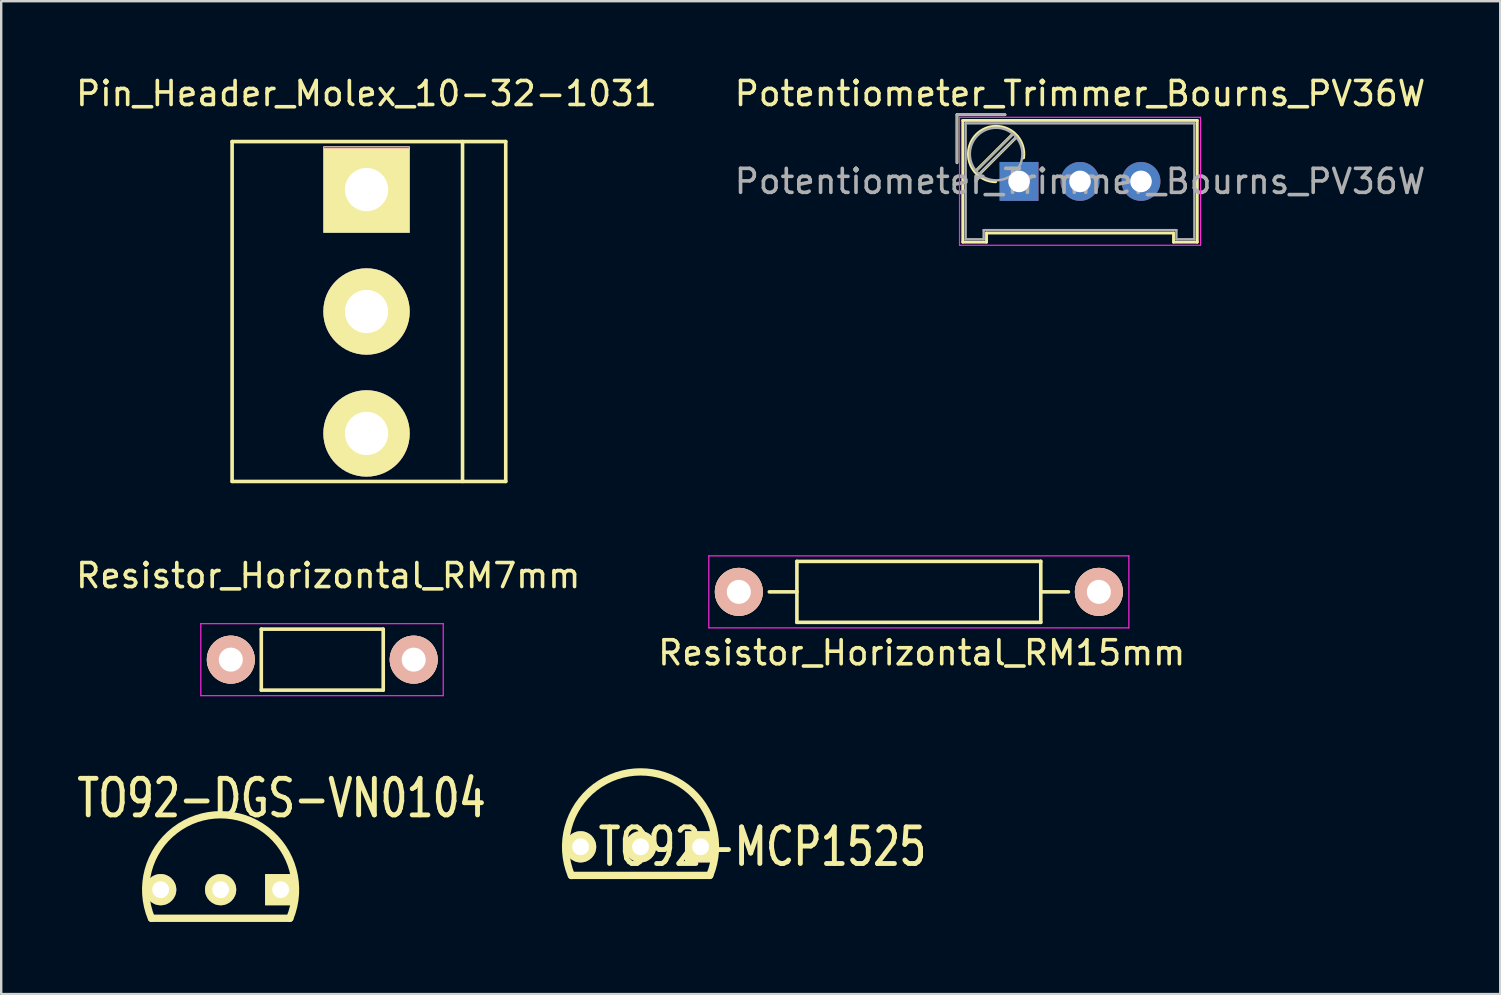
<source format=kicad_pcb>
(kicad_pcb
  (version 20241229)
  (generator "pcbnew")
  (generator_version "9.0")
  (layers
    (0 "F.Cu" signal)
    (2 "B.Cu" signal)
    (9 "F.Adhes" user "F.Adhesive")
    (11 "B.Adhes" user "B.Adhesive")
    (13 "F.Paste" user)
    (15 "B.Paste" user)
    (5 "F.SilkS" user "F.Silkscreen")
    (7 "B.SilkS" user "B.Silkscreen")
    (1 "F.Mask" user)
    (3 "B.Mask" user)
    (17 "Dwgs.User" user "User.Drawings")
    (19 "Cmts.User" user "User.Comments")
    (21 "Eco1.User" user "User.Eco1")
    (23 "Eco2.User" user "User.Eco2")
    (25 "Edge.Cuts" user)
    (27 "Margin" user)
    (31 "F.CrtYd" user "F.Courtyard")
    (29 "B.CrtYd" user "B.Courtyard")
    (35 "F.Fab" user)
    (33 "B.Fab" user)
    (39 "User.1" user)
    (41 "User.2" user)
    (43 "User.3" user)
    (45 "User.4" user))
  (footprint "TO92-DGS-VN0104"
    (layer "F.Cu")
    (at 6.141 34.015)
    (property "Reference" "TO92-DGS-VN0104" (at 2.54 -3.81 0) (layer "F.SilkS") (effects (font (size 1.524 1.143) (thickness 0.203))))
    (attr through_hole)
    (fp_line (start 2.883 1.191) (end -2.878 1.191) (stroke (width 0.305) (type solid)) (layer "F.SilkS"))
    (fp_arc (start -2.8829 1.19634) (mid -0.002036 -3.121272) (end 2.884458 1.192578) (stroke (width 0.3048) (type solid)) (layer "F.SilkS"))
    (pad "1" thru_hole rect (at 2.502 0) (size 1.3 1.3) (drill 0.701) (layers "*.Cu" "*.Mask" "F.SilkS"))
    (pad "2" thru_hole circle (at 0 0) (size 1.3 1.3) (drill 0.701) (layers "*.Cu" "*.Mask" "F.SilkS"))
    (pad "3" thru_hole circle (at -2.497 0) (size 1.3 1.3) (drill 0.701) (layers "*.Cu" "*.Mask" "F.SilkS")))
  (footprint "Resistor_Horizontal_RM15mm"
    (layer "F.Cu")
    (at 27.731 21.608)
    (property "Reference" "Resistor_Horizontal_RM15mm" (at 7.62 2.54 0) (layer "F.SilkS") (effects (font (size 1 1) (thickness 0.15))))
    (attr through_hole)
    (fp_line (start 1.27 0) (end 2.42 0) (stroke (width 0.15) (type solid)) (layer "F.SilkS"))
    (fp_line (start 2.42 -1.27) (end 2.42 1.27) (stroke (width 0.15) (type solid)) (layer "F.SilkS"))
    (fp_line (start 2.42 1.27) (end 12.58 1.27) (stroke (width 0.15) (type solid)) (layer "F.SilkS"))
    (fp_line (start 12.58 -1.27) (end 2.42 -1.27) (stroke (width 0.15) (type solid)) (layer "F.SilkS"))
    (fp_line (start 12.58 1.27) (end 12.58 -1.27) (stroke (width 0.15) (type solid)) (layer "F.SilkS"))
    (fp_line (start 13.73 0) (end 12.58 0) (stroke (width 0.15) (type solid)) (layer "F.SilkS"))
    (fp_line (start -1.25 -1.5) (end 16.25 -1.5) (stroke (width 0.05) (type solid)) (layer "F.CrtYd"))
    (fp_line (start -1.25 1.5) (end -1.25 -1.5) (stroke (width 0.05) (type solid)) (layer "F.CrtYd"))
    (fp_line (start 16.25 -1.5) (end 16.25 1.5) (stroke (width 0.05) (type solid)) (layer "F.CrtYd"))
    (fp_line (start 16.25 1.5) (end -1.25 1.5) (stroke (width 0.05) (type solid)) (layer "F.CrtYd"))
    (pad "1" thru_hole circle (at 0 0) (size 1.999 1.999) (drill 1.001) (layers "*.Cu" "*.SilkS" "*.Mask"))
    (pad "2" thru_hole circle (at 15 0) (size 1.999 1.999) (drill 1.001) (layers "*.Cu" "*.SilkS" "*.Mask")))
  (footprint "TO92-MCP1525"
    (layer "F.Cu")
    (at 23.636 32.23)
    (property "Reference" "TO92-MCP1525" (at 5.08 0 0) (layer "F.SilkS") (effects (font (size 1.524 1.143) (thickness 0.203))))
    (attr through_hole)
    (fp_line (start 2.883 1.191) (end -2.878 1.191) (stroke (width 0.305) (type solid)) (layer "F.SilkS"))
    (fp_arc (start -2.8829 1.19634) (mid -0.002036 -3.121272) (end 2.884458 1.192578) (stroke (width 0.3048) (type solid)) (layer "F.SilkS"))
    (pad "1" thru_hole rect (at 2.502 0) (size 1.3 1.3) (drill 0.701) (layers "*.Cu" "*.Mask" "F.SilkS"))
    (pad "2" thru_hole circle (at 0 0) (size 1.3 1.3) (drill 0.701) (layers "*.Cu" "*.Mask" "F.SilkS"))
    (pad "3" thru_hole circle (at -2.497 0) (size 1.3 1.3) (drill 0.701) (layers "*.Cu" "*.Mask" "F.SilkS")))
  (footprint "Potentiometer_Trimmer_Bourns_PV36W"
    (layer "F.Cu")
    (at 39.406 4.508)
    (property "Reference" "Potentiometer_Trimmer_Bourns_PV36W" (at 2.54 -3.66 0) (layer "F.SilkS") (effects (font (size 1 1) (thickness 0.15))))
    (attr through_hole)
    (fp_line (start -2.585 -2.78) (end -0.585 -2.78) (stroke (width 0.12) (type solid)) (layer "F.SilkS"))
    (fp_line (start -2.585 -0.78) (end -2.585 -2.78) (stroke (width 0.12) (type solid)) (layer "F.SilkS"))
    (fp_line (start -2.345 -2.54) (end -2.345 2.53) (stroke (width 0.12) (type solid)) (layer "F.SilkS"))
    (fp_line (start -2.345 2.53) (end -1.355 2.53) (stroke (width 0.12) (type solid)) (layer "F.SilkS"))
    (fp_line (start -1.831 -0.406) (end -0.22 -2.016) (stroke (width 0.12) (type solid)) (layer "F.SilkS"))
    (fp_line (start -1.691 -0.265) (end -0.998 -0.957) (stroke (width 0.12) (type solid)) (layer "F.SilkS"))
    (fp_line (start -1.355 2.15) (end 6.435 2.15) (stroke (width 0.12) (type solid)) (layer "F.SilkS"))
    (fp_line (start -1.355 2.53) (end -1.355 2.15) (stroke (width 0.12) (type solid)) (layer "F.SilkS"))
    (fp_line (start -0.958 -0.998) (end -0.079 -1.875) (stroke (width 0.12) (type solid)) (layer "F.SilkS"))
    (fp_line (start 6.435 2.15) (end 6.435 2.53) (stroke (width 0.12) (type solid)) (layer "F.SilkS"))
    (fp_line (start 6.435 2.53) (end 7.425 2.53) (stroke (width 0.12) (type solid)) (layer "F.SilkS"))
    (fp_line (start 7.425 -2.54) (end -2.345 -2.54) (stroke (width 0.12) (type solid)) (layer "F.SilkS"))
    (fp_line (start 7.425 2.53) (end 7.425 -2.54) (stroke (width 0.12) (type solid)) (layer "F.SilkS"))
    (fp_arc (start -0.975774 -2.293957) (mid -0.091016 -1.905232) (end 0.188 -0.98) (stroke (width 0.12) (type solid)) (layer "F.SilkS"))
    (fp_arc (start -0.975158 0.014824) (mid -2.109956 -1.150079) (end -0.955 -2.295) (stroke (width 0.12) (type solid)) (layer "F.SilkS"))
    (fp_line (start -2.48 -2.67) (end -2.48 2.66) (stroke (width 0.05) (type solid)) (layer "F.CrtYd"))
    (fp_line (start -2.48 2.66) (end 7.56 2.66) (stroke (width 0.05) (type solid)) (layer "F.CrtYd"))
    (fp_line (start 7.56 -2.67) (end -2.48 -2.67) (stroke (width 0.05) (type solid)) (layer "F.CrtYd"))
    (fp_line (start 7.56 2.66) (end 7.56 -2.67) (stroke (width 0.05) (type solid)) (layer "F.CrtYd"))
    (fp_line (start -2.585 -2.78) (end -0.585 -2.78) (stroke (width 0.1) (type solid)) (layer "F.Fab"))
    (fp_line (start -2.585 -0.78) (end -2.585 -2.78) (stroke (width 0.1) (type solid)) (layer "F.Fab"))
    (fp_line (start -2.225 -2.42) (end -2.225 2.41) (stroke (width 0.1) (type solid)) (layer "F.Fab"))
    (fp_line (start -2.225 2.41) (end -1.475 2.41) (stroke (width 0.1) (type solid)) (layer "F.Fab"))
    (fp_line (start -1.786 -0.444) (end -0.259 -1.971) (stroke (width 0.1) (type solid)) (layer "F.Fab"))
    (fp_line (start -1.652 -0.31) (end -0.125 -1.837) (stroke (width 0.1) (type solid)) (layer "F.Fab"))
    (fp_line (start -1.475 2.03) (end 6.555 2.03) (stroke (width 0.1) (type solid)) (layer "F.Fab"))
    (fp_line (start -1.475 2.41) (end -1.475 2.03) (stroke (width 0.1) (type solid)) (layer "F.Fab"))
    (fp_line (start 6.555 2.03) (end 6.555 2.41) (stroke (width 0.1) (type solid)) (layer "F.Fab"))
    (fp_line (start 6.555 2.41) (end 7.305 2.41) (stroke (width 0.1) (type solid)) (layer "F.Fab"))
    (fp_line (start 7.305 -2.42) (end -2.225 -2.42) (stroke (width 0.1) (type solid)) (layer "F.Fab"))
    (fp_line (start 7.305 2.41) (end 7.305 -2.42) (stroke (width 0.1) (type solid)) (layer "F.Fab"))
    (fp_circle (center -0.955 -1.14) (end 0.14 -1.14) (stroke (width 0.1) (type solid)) (fill no) (layer "F.Fab"))
    (fp_text user "${REFERENCE}" (at 2.54 0 0) (layer "F.Fab") (effects (font (size 1 1) (thickness 0.15))))
    (pad "1" thru_hole rect (at 0 0 180) (size 1.62 1.62) (drill 0.9) (layers "*.Cu" "*.Mask"))
    (pad "2" thru_hole circle (at 2.54 0 180) (size 1.62 1.62) (drill 0.9) (layers "*.Cu" "*.Mask"))
    (pad "3" thru_hole circle (at 5.08 0 180) (size 1.62 1.62) (drill 0.9) (layers "*.Cu" "*.Mask")))
  (footprint "Resistor_Horizontal_RM7mm"
    (layer "F.Cu")
    (at 6.566 24.432)
    (property "Reference" "Resistor_Horizontal_RM7mm" (at 4.059 -3.5 0) (layer "F.SilkS") (effects (font (size 1 1) (thickness 0.15))))
    (attr through_hole)
    (fp_line (start 1.27 -1.27) (end 6.35 -1.27) (stroke (width 0.15) (type solid)) (layer "F.SilkS"))
    (fp_line (start 1.27 1.27) (end 1.27 -1.27) (stroke (width 0.15) (type solid)) (layer "F.SilkS"))
    (fp_line (start 6.35 -1.27) (end 6.35 1.27) (stroke (width 0.15) (type solid)) (layer "F.SilkS"))
    (fp_line (start 6.35 1.27) (end 1.27 1.27) (stroke (width 0.15) (type solid)) (layer "F.SilkS"))
    (fp_line (start -1.25 -1.5) (end 8.85 -1.5) (stroke (width 0.05) (type solid)) (layer "F.CrtYd"))
    (fp_line (start -1.25 1.5) (end -1.25 -1.5) (stroke (width 0.05) (type solid)) (layer "F.CrtYd"))
    (fp_line (start -1.25 1.5) (end 8.85 1.5) (stroke (width 0.05) (type solid)) (layer "F.CrtYd"))
    (fp_line (start 8.85 -1.5) (end 8.85 1.5) (stroke (width 0.05) (type solid)) (layer "F.CrtYd"))
    (pad "1" thru_hole circle (at 0 0) (size 1.999 1.999) (drill 1.001) (layers "*.Cu" "*.SilkS" "*.Mask"))
    (pad "2" thru_hole circle (at 7.62 0) (size 1.999 1.999) (drill 1.001) (layers "*.Cu" "*.SilkS" "*.Mask")))
  (footprint "Pin_Header_Molex_10-32-1031"
    (layer "F.Cu")
    (at 12.22 4.848)
    (property "Reference" "Pin_Header_Molex_10-32-1031" (at 0 -4 0) (layer "F.SilkS") (effects (font (size 1 1) (thickness 0.15))))
    (attr through_hole)
    (fp_line (start -5.6 -2) (end 5.8 -2) (stroke (width 0.15) (type solid)) (layer "F.SilkS"))
    (fp_line (start -5.6 12.16) (end -5.6 -2) (stroke (width 0.15) (type solid)) (layer "F.SilkS"))
    (fp_line (start 4 -2) (end 4 12.16) (stroke (width 0.15) (type solid)) (layer "F.SilkS"))
    (fp_line (start 5.8 -2) (end 5.8 12.16) (stroke (width 0.15) (type solid)) (layer "F.SilkS"))
    (fp_line (start 5.8 12.16) (end -5.6 12.16) (stroke (width 0.15) (type solid)) (layer "F.SilkS"))
    (fp_line (start -1.75 -1.75) (end 1.75 -1.75) (stroke (width 0.05) (type solid)) (layer "F.CrtYd"))
    (pad "1" thru_hole rect (at 0 0) (size 3.6 3.6) (drill 1.8) (layers "*.Cu" "*.Mask" "F.SilkS"))
    (pad "2" thru_hole oval (at 0 5.08) (size 3.6 3.6) (drill 1.8) (layers "*.Cu" "*.Mask" "F.SilkS"))
    (pad "3" thru_hole oval (at 0 10.16) (size 3.6 3.6) (drill 1.8) (layers "*.Cu" "*.Mask" "F.SilkS")))
  (gr_rect
    (start -3 -3)
    (end 59.452 38.364)
    (stroke (width 0.1) (type default))
    (fill no)
    (layer "Edge.Cuts")))
</source>
